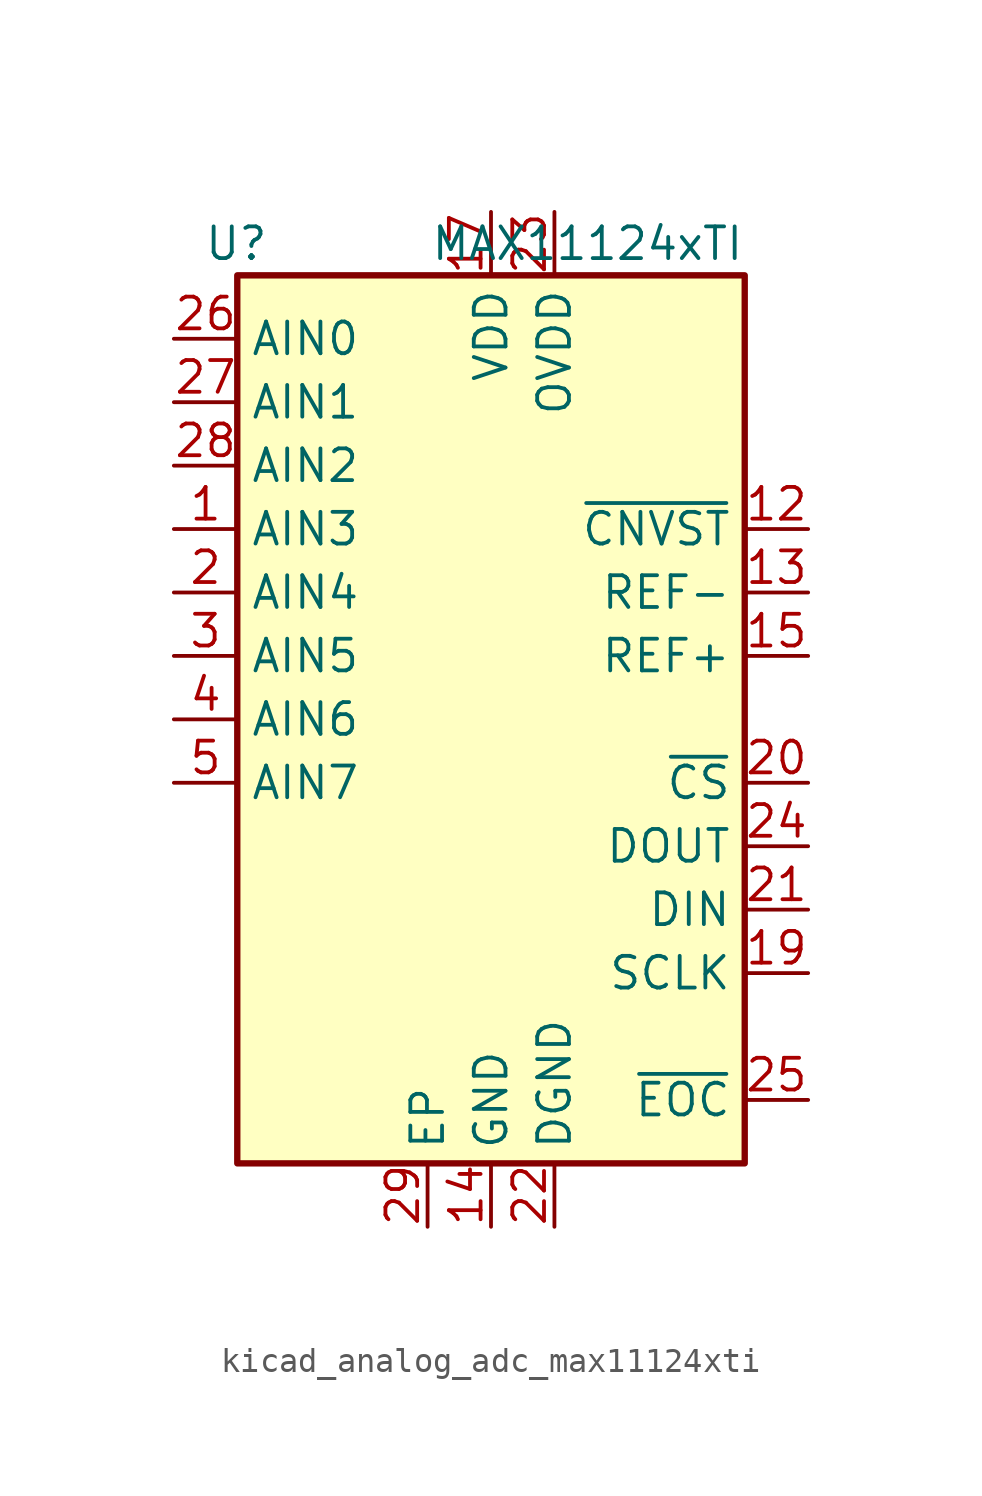
<source format=kicad_sym>
(kicad_symbol_lib
  (version 20220914)
  (generator kicad_symbol_editor)
  (symbol "kicad_analog_adc_max11124xti"
    (property "Reference" "U"
      (at -8.89 19.05 0)
      (effects (font (size 1.27 1.27)) (justify right)))
    (property "Value" "MAX11124xTI"
      (at 10.16 19.05 0)
      (effects (font (size 1.27 1.27)) (justify right)))
    (symbol "kicad_analog_adc_max11124xti_0_1"
      (rectangle (start 10.16 17.78) (end -10.16 -17.78) (stroke (width 0.254) (type default)) (fill (type background))))
    (symbol "kicad_analog_adc_max11124xti_1_1"
      (pin input line (at -12.7 7.62 0) (length 2.54) (name "AIN3" (effects (font (size 1.27 1.27)))) (number "1" (effects (font (size 1.27 1.27)))))
      (pin passive line (at 0 -20.32 90) (length 2.54) hide (name "GND" (effects (font (size 1.27 1.27)))) (number "10" (effects (font (size 1.27 1.27)))))
      (pin passive line (at 0 -20.32 90) (length 2.54) hide (name "GND" (effects (font (size 1.27 1.27)))) (number "11" (effects (font (size 1.27 1.27)))))
      (pin input line (at 12.7 7.62 180) (length 2.54) (name "~{CNVST}" (effects (font (size 1.27 1.27)))) (number "12" (effects (font (size 1.27 1.27)))))
      (pin input line (at 12.7 5.08 180) (length 2.54) (name "REF-" (effects (font (size 1.27 1.27)))) (number "13" (effects (font (size 1.27 1.27)))))
      (pin power_in line (at 0 -20.32 90) (length 2.54) (name "GND" (effects (font (size 1.27 1.27)))) (number "14" (effects (font (size 1.27 1.27)))))
      (pin input line (at 12.7 2.54 180) (length 2.54) (name "REF+" (effects (font (size 1.27 1.27)))) (number "15" (effects (font (size 1.27 1.27)))))
      (pin passive line (at 0 -20.32 90) (length 2.54) hide (name "GND" (effects (font (size 1.27 1.27)))) (number "16" (effects (font (size 1.27 1.27)))))
      (pin power_in line (at 0 20.32 270) (length 2.54) (name "VDD" (effects (font (size 1.27 1.27)))) (number "17" (effects (font (size 1.27 1.27)))))
      (pin passive line (at 0 20.32 270) (length 2.54) hide (name "VDD" (effects (font (size 1.27 1.27)))) (number "18" (effects (font (size 1.27 1.27)))))
      (pin input line (at 12.7 -10.16 180) (length 2.54) (name "SCLK" (effects (font (size 1.27 1.27)))) (number "19" (effects (font (size 1.27 1.27)))))
      (pin input line (at -12.7 5.08 0) (length 2.54) (name "AIN4" (effects (font (size 1.27 1.27)))) (number "2" (effects (font (size 1.27 1.27)))))
      (pin input line (at 12.7 -2.54 180) (length 2.54) (name "~{CS}" (effects (font (size 1.27 1.27)))) (number "20" (effects (font (size 1.27 1.27)))))
      (pin input line (at 12.7 -7.62 180) (length 2.54) (name "DIN" (effects (font (size 1.27 1.27)))) (number "21" (effects (font (size 1.27 1.27)))))
      (pin power_in line (at 2.54 -20.32 90) (length 2.54) (name "DGND" (effects (font (size 1.27 1.27)))) (number "22" (effects (font (size 1.27 1.27)))))
      (pin power_in line (at 2.54 20.32 270) (length 2.54) (name "OVDD" (effects (font (size 1.27 1.27)))) (number "23" (effects (font (size 1.27 1.27)))))
      (pin output line (at 12.7 -5.08 180) (length 2.54) (name "DOUT" (effects (font (size 1.27 1.27)))) (number "24" (effects (font (size 1.27 1.27)))))
      (pin output line (at 12.7 -15.24 180) (length 2.54) (name "~{EOC}" (effects (font (size 1.27 1.27)))) (number "25" (effects (font (size 1.27 1.27)))))
      (pin input line (at -12.7 15.24 0) (length 2.54) (name "AIN0" (effects (font (size 1.27 1.27)))) (number "26" (effects (font (size 1.27 1.27)))))
      (pin input line (at -12.7 12.7 0) (length 2.54) (name "AIN1" (effects (font (size 1.27 1.27)))) (number "27" (effects (font (size 1.27 1.27)))))
      (pin input line (at -12.7 10.16 0) (length 2.54) (name "AIN2" (effects (font (size 1.27 1.27)))) (number "28" (effects (font (size 1.27 1.27)))))
      (pin power_in line (at -2.54 -20.32 90) (length 2.54) (name "EP" (effects (font (size 1.27 1.27)))) (number "29" (effects (font (size 1.27 1.27)))))
      (pin input line (at -12.7 2.54 0) (length 2.54) (name "AIN5" (effects (font (size 1.27 1.27)))) (number "3" (effects (font (size 1.27 1.27)))))
      (pin input line (at -12.7 0 0) (length 2.54) (name "AIN6" (effects (font (size 1.27 1.27)))) (number "4" (effects (font (size 1.27 1.27)))))
      (pin input line (at -12.7 -2.54 0) (length 2.54) (name "AIN7" (effects (font (size 1.27 1.27)))) (number "5" (effects (font (size 1.27 1.27)))))
      (pin passive line (at 0 -20.32 90) (length 2.54) hide (name "GND" (effects (font (size 1.27 1.27)))) (number "6" (effects (font (size 1.27 1.27)))))
      (pin passive line (at 0 -20.32 90) (length 2.54) hide (name "GND" (effects (font (size 1.27 1.27)))) (number "7" (effects (font (size 1.27 1.27)))))
      (pin passive line (at 0 -20.32 90) (length 2.54) hide (name "GND" (effects (font (size 1.27 1.27)))) (number "8" (effects (font (size 1.27 1.27)))))
      (pin passive line (at 0 -20.32 90) (length 2.54) hide (name "GND" (effects (font (size 1.27 1.27)))) (number "9" (effects (font (size 1.27 1.27))))))))
</source>
